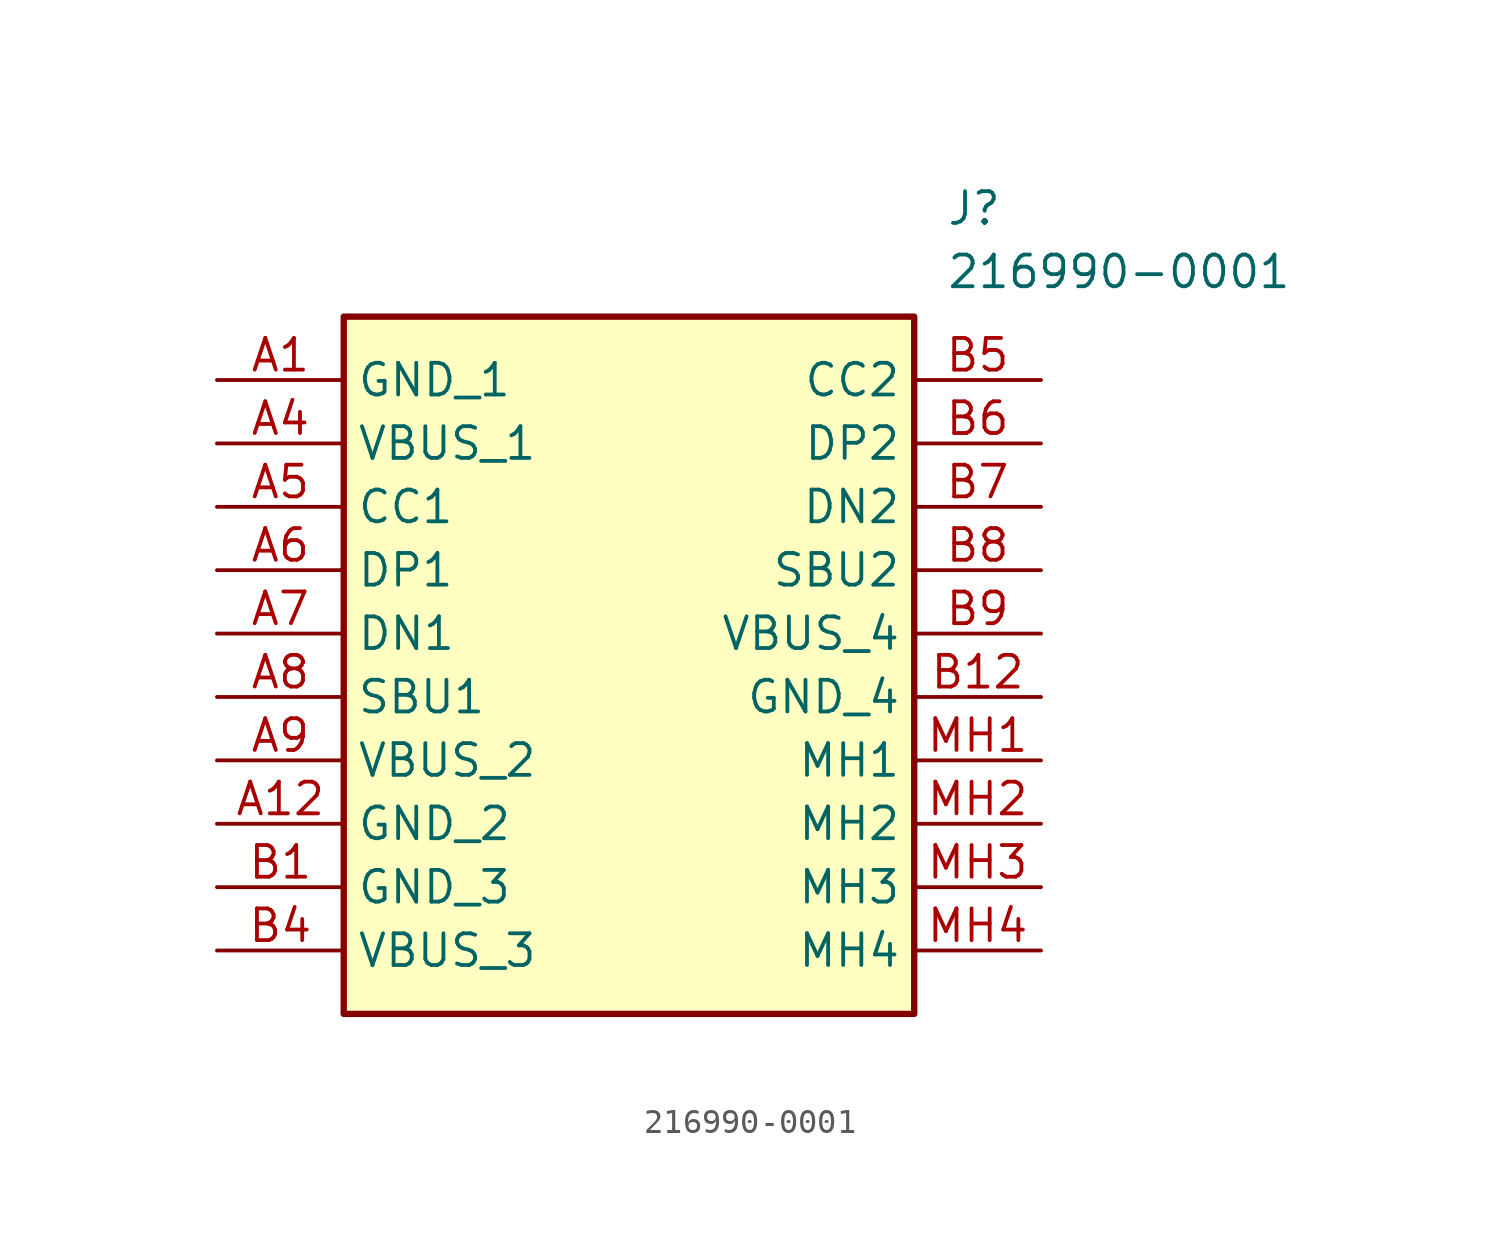
<source format=kicad_sym>
(kicad_symbol_lib
  (version 20211014)
  (generator SamacSys_ECAD_Model)
  (symbol "216990-0001"
    (property "Reference" "J"
      (at 29.21 7.62 0)
      (effects (font (size 1.27 1.27)) (justify left top)))
    (property "Value" "216990-0001"
      (at 29.21 5.08 0)
      (effects (font (size 1.27 1.27)) (justify left top)))
    (rectangle
      (start 5.08 2.54)
      (end 27.94 -25.4)
      (stroke (width 0.254) (type default))
      (fill (type background)))
    (pin passive line
      (at 0 0 0)
      (length 5.08)
      (name "GND_1" (effects (font (size 1.27 1.27))))
      (number "A1" (effects (font (size 1.27 1.27)))))
    (pin passive line
      (at 0 -2.54 0)
      (length 5.08)
      (name "VBUS_1" (effects (font (size 1.27 1.27))))
      (number "A4" (effects (font (size 1.27 1.27)))))
    (pin passive line
      (at 0 -5.08 0)
      (length 5.08)
      (name "CC1" (effects (font (size 1.27 1.27))))
      (number "A5" (effects (font (size 1.27 1.27)))))
    (pin passive line
      (at 0 -7.62 0)
      (length 5.08)
      (name "DP1" (effects (font (size 1.27 1.27))))
      (number "A6" (effects (font (size 1.27 1.27)))))
    (pin passive line
      (at 0 -10.16 0)
      (length 5.08)
      (name "DN1" (effects (font (size 1.27 1.27))))
      (number "A7" (effects (font (size 1.27 1.27)))))
    (pin passive line
      (at 0 -12.7 0)
      (length 5.08)
      (name "SBU1" (effects (font (size 1.27 1.27))))
      (number "A8" (effects (font (size 1.27 1.27)))))
    (pin passive line
      (at 0 -15.24 0)
      (length 5.08)
      (name "VBUS_2" (effects (font (size 1.27 1.27))))
      (number "A9" (effects (font (size 1.27 1.27)))))
    (pin passive line
      (at 0 -17.78 0)
      (length 5.08)
      (name "GND_2" (effects (font (size 1.27 1.27))))
      (number "A12" (effects (font (size 1.27 1.27)))))
    (pin passive line
      (at 0 -20.32 0)
      (length 5.08)
      (name "GND_3" (effects (font (size 1.27 1.27))))
      (number "B1" (effects (font (size 1.27 1.27)))))
    (pin passive line
      (at 0 -22.86 0)
      (length 5.08)
      (name "VBUS_3" (effects (font (size 1.27 1.27))))
      (number "B4" (effects (font (size 1.27 1.27)))))
    (pin passive line
      (at 33.02 0 180)
      (length 5.08)
      (name "CC2" (effects (font (size 1.27 1.27))))
      (number "B5" (effects (font (size 1.27 1.27)))))
    (pin passive line
      (at 33.02 -2.54 180)
      (length 5.08)
      (name "DP2" (effects (font (size 1.27 1.27))))
      (number "B6" (effects (font (size 1.27 1.27)))))
    (pin passive line
      (at 33.02 -5.08 180)
      (length 5.08)
      (name "DN2" (effects (font (size 1.27 1.27))))
      (number "B7" (effects (font (size 1.27 1.27)))))
    (pin passive line
      (at 33.02 -7.62 180)
      (length 5.08)
      (name "SBU2" (effects (font (size 1.27 1.27))))
      (number "B8" (effects (font (size 1.27 1.27)))))
    (pin passive line
      (at 33.02 -10.16 180)
      (length 5.08)
      (name "VBUS_4" (effects (font (size 1.27 1.27))))
      (number "B9" (effects (font (size 1.27 1.27)))))
    (pin passive line
      (at 33.02 -12.7 180)
      (length 5.08)
      (name "GND_4" (effects (font (size 1.27 1.27))))
      (number "B12" (effects (font (size 1.27 1.27)))))
    (pin passive line
      (at 33.02 -15.24 180)
      (length 5.08)
      (name "MH1" (effects (font (size 1.27 1.27))))
      (number "MH1" (effects (font (size 1.27 1.27)))))
    (pin passive line
      (at 33.02 -17.78 180)
      (length 5.08)
      (name "MH2" (effects (font (size 1.27 1.27))))
      (number "MH2" (effects (font (size 1.27 1.27)))))
    (pin passive line
      (at 33.02 -20.32 180)
      (length 5.08)
      (name "MH3" (effects (font (size 1.27 1.27))))
      (number "MH3" (effects (font (size 1.27 1.27)))))
    (pin passive line
      (at 33.02 -22.86 180)
      (length 5.08)
      (name "MH4" (effects (font (size 1.27 1.27))))
      (number "MH4" (effects (font (size 1.27 1.27)))))))
</source>
